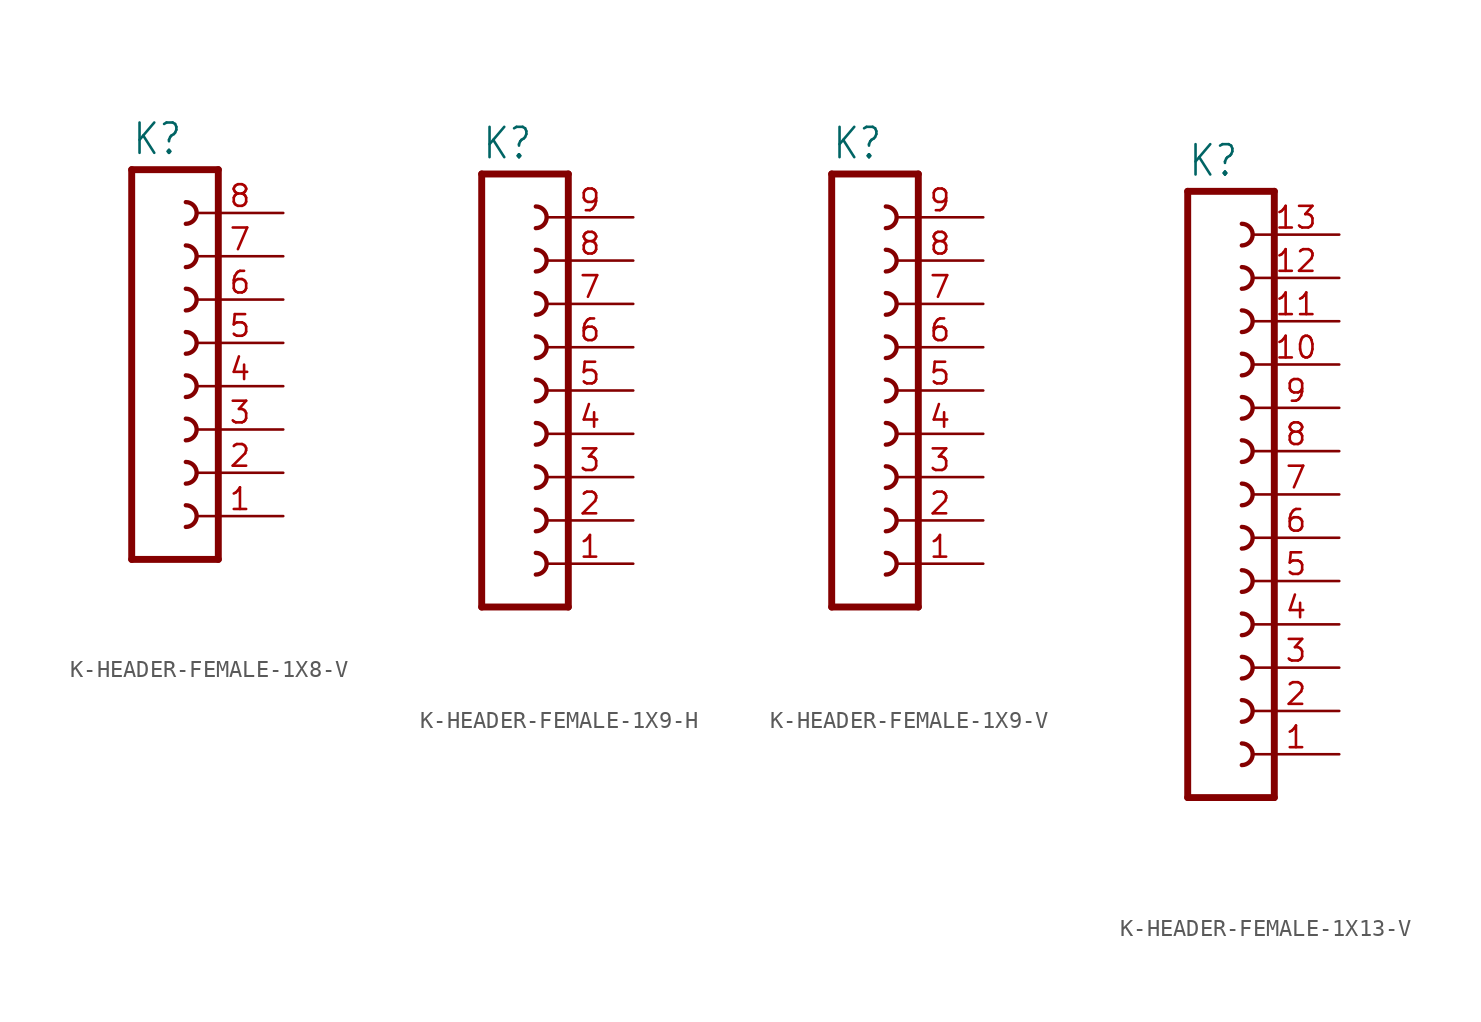
<source format=kicad_sym>
(kicad_symbol_lib
  (version 20231120)
  (generator "kicad_symbol_editor")
  (generator_version "8.0")
  (symbol "K-HEADER-FEMALE-1X8-V"
    (property "Reference" "K"
      (at -1.27 16.002 0)
      (effects (font (size 1.778 1.511)) (justify left bottom)))
    (property "Value" ""
      (at -1.27 -10.16 0)
      (effects (font (size 1.778 1.511)) (justify left bottom)))
    (property "ki_locked" ""
      (at 0 0 0)
      (effects (font (size 1.27 1.27))))
    (symbol "K-HEADER-FEMALE-1X8-V_1_0"
      (polyline (pts (xy -1.27 15.24) (xy -1.27 -7.62)) (stroke (width 0.406) (type solid)) (fill (type none)))
      (polyline (pts (xy -1.27 15.24) (xy 3.81 15.24)) (stroke (width 0.406) (type solid)) (fill (type none)))
      (polyline (pts (xy 3.81 -7.62) (xy -1.27 -7.62)) (stroke (width 0.406) (type solid)) (fill (type none)))
      (polyline (pts (xy 3.81 -7.62) (xy 3.81 15.24)) (stroke (width 0.406) (type solid)) (fill (type none)))
      (arc (start 1.905 -5.715) (mid 2.54 -5.08) (end 1.905 -4.445) (stroke (width 0.254) (type solid)) (fill (type none)))
      (arc (start 1.905 -3.175) (mid 2.54 -2.54) (end 1.905 -1.905) (stroke (width 0.254) (type solid)) (fill (type none)))
      (arc (start 1.905 -0.635) (mid 2.54 0) (end 1.905 0.635) (stroke (width 0.254) (type solid)) (fill (type none)))
      (arc (start 1.905 1.905) (mid 2.54 2.54) (end 1.905 3.175) (stroke (width 0.254) (type solid)) (fill (type none)))
      (arc (start 1.905 4.445) (mid 2.54 5.08) (end 1.905 5.715) (stroke (width 0.254) (type solid)) (fill (type none)))
      (arc (start 1.905 6.985) (mid 2.54 7.62) (end 1.905 8.255) (stroke (width 0.254) (type solid)) (fill (type none)))
      (arc (start 1.905 9.525) (mid 2.54 10.16) (end 1.905 10.795) (stroke (width 0.254) (type solid)) (fill (type none)))
      (arc (start 1.905 12.065) (mid 2.54 12.7) (end 1.905 13.335) (stroke (width 0.254) (type solid)) (fill (type none)))
      (pin passive line (at 7.62 -5.08 180) (length 5.08) (name "1" (effects (font (size 0 0)))) (number "1" (effects (font (size 1.27 1.27)))))
      (pin passive line (at 7.62 -2.54 180) (length 5.08) (name "2" (effects (font (size 0 0)))) (number "2" (effects (font (size 1.27 1.27)))))
      (pin passive line (at 7.62 0 180) (length 5.08) (name "3" (effects (font (size 0 0)))) (number "3" (effects (font (size 1.27 1.27)))))
      (pin passive line (at 7.62 2.54 180) (length 5.08) (name "4" (effects (font (size 0 0)))) (number "4" (effects (font (size 1.27 1.27)))))
      (pin passive line (at 7.62 5.08 180) (length 5.08) (name "5" (effects (font (size 0 0)))) (number "5" (effects (font (size 1.27 1.27)))))
      (pin passive line (at 7.62 7.62 180) (length 5.08) (name "6" (effects (font (size 0 0)))) (number "6" (effects (font (size 1.27 1.27)))))
      (pin passive line (at 7.62 10.16 180) (length 5.08) (name "7" (effects (font (size 0 0)))) (number "7" (effects (font (size 1.27 1.27)))))
      (pin passive line (at 7.62 12.7 180) (length 5.08) (name "8" (effects (font (size 0 0)))) (number "8" (effects (font (size 1.27 1.27)))))))
  (symbol "K-HEADER-FEMALE-1X9-H"
    (property "Reference" "K"
      (at -1.27 18.542 0)
      (effects (font (size 1.778 1.511)) (justify left bottom)))
    (property "Value" ""
      (at -1.27 -10.16 0)
      (effects (font (size 1.778 1.511)) (justify left bottom)))
    (property "ki_locked" ""
      (at 0 0 0)
      (effects (font (size 1.27 1.27))))
    (symbol "K-HEADER-FEMALE-1X9-H_1_0"
      (polyline (pts (xy -1.27 17.78) (xy -1.27 -7.62)) (stroke (width 0.406) (type solid)) (fill (type none)))
      (polyline (pts (xy -1.27 17.78) (xy 3.81 17.78)) (stroke (width 0.406) (type solid)) (fill (type none)))
      (polyline (pts (xy 3.81 -7.62) (xy -1.27 -7.62)) (stroke (width 0.406) (type solid)) (fill (type none)))
      (polyline (pts (xy 3.81 -7.62) (xy 3.81 17.78)) (stroke (width 0.406) (type solid)) (fill (type none)))
      (arc (start 1.905 -5.715) (mid 2.54 -5.08) (end 1.905 -4.445) (stroke (width 0.254) (type solid)) (fill (type none)))
      (arc (start 1.905 -3.175) (mid 2.54 -2.54) (end 1.905 -1.905) (stroke (width 0.254) (type solid)) (fill (type none)))
      (arc (start 1.905 -0.635) (mid 2.54 0) (end 1.905 0.635) (stroke (width 0.254) (type solid)) (fill (type none)))
      (arc (start 1.905 1.905) (mid 2.54 2.54) (end 1.905 3.175) (stroke (width 0.254) (type solid)) (fill (type none)))
      (arc (start 1.905 4.445) (mid 2.54 5.08) (end 1.905 5.715) (stroke (width 0.254) (type solid)) (fill (type none)))
      (arc (start 1.905 6.985) (mid 2.54 7.62) (end 1.905 8.255) (stroke (width 0.254) (type solid)) (fill (type none)))
      (arc (start 1.905 9.525) (mid 2.54 10.16) (end 1.905 10.795) (stroke (width 0.254) (type solid)) (fill (type none)))
      (arc (start 1.905 12.065) (mid 2.54 12.7) (end 1.905 13.335) (stroke (width 0.254) (type solid)) (fill (type none)))
      (arc (start 1.905 14.605) (mid 2.54 15.24) (end 1.905 15.875) (stroke (width 0.254) (type solid)) (fill (type none)))
      (pin passive line (at 7.62 -5.08 180) (length 5.08) (name "1" (effects (font (size 0 0)))) (number "1" (effects (font (size 1.27 1.27)))))
      (pin passive line (at 7.62 -2.54 180) (length 5.08) (name "2" (effects (font (size 0 0)))) (number "2" (effects (font (size 1.27 1.27)))))
      (pin passive line (at 7.62 0 180) (length 5.08) (name "3" (effects (font (size 0 0)))) (number "3" (effects (font (size 1.27 1.27)))))
      (pin passive line (at 7.62 2.54 180) (length 5.08) (name "4" (effects (font (size 0 0)))) (number "4" (effects (font (size 1.27 1.27)))))
      (pin passive line (at 7.62 5.08 180) (length 5.08) (name "5" (effects (font (size 0 0)))) (number "5" (effects (font (size 1.27 1.27)))))
      (pin passive line (at 7.62 7.62 180) (length 5.08) (name "6" (effects (font (size 0 0)))) (number "6" (effects (font (size 1.27 1.27)))))
      (pin passive line (at 7.62 10.16 180) (length 5.08) (name "7" (effects (font (size 0 0)))) (number "7" (effects (font (size 1.27 1.27)))))
      (pin passive line (at 7.62 12.7 180) (length 5.08) (name "8" (effects (font (size 0 0)))) (number "8" (effects (font (size 1.27 1.27)))))
      (pin passive line (at 7.62 15.24 180) (length 5.08) (name "9" (effects (font (size 0 0)))) (number "9" (effects (font (size 1.27 1.27)))))))
  (symbol "K-HEADER-FEMALE-1X9-V"
    (property "Reference" "K"
      (at -1.27 18.542 0)
      (effects (font (size 1.778 1.511)) (justify left bottom)))
    (property "Value" ""
      (at -1.27 -10.16 0)
      (effects (font (size 1.778 1.511)) (justify left bottom)))
    (property "ki_locked" ""
      (at 0 0 0)
      (effects (font (size 1.27 1.27))))
    (symbol "K-HEADER-FEMALE-1X9-V_1_0"
      (polyline (pts (xy -1.27 17.78) (xy -1.27 -7.62)) (stroke (width 0.406) (type solid)) (fill (type none)))
      (polyline (pts (xy -1.27 17.78) (xy 3.81 17.78)) (stroke (width 0.406) (type solid)) (fill (type none)))
      (polyline (pts (xy 3.81 -7.62) (xy -1.27 -7.62)) (stroke (width 0.406) (type solid)) (fill (type none)))
      (polyline (pts (xy 3.81 -7.62) (xy 3.81 17.78)) (stroke (width 0.406) (type solid)) (fill (type none)))
      (arc (start 1.905 -5.715) (mid 2.54 -5.08) (end 1.905 -4.445) (stroke (width 0.254) (type solid)) (fill (type none)))
      (arc (start 1.905 -3.175) (mid 2.54 -2.54) (end 1.905 -1.905) (stroke (width 0.254) (type solid)) (fill (type none)))
      (arc (start 1.905 -0.635) (mid 2.54 0) (end 1.905 0.635) (stroke (width 0.254) (type solid)) (fill (type none)))
      (arc (start 1.905 1.905) (mid 2.54 2.54) (end 1.905 3.175) (stroke (width 0.254) (type solid)) (fill (type none)))
      (arc (start 1.905 4.445) (mid 2.54 5.08) (end 1.905 5.715) (stroke (width 0.254) (type solid)) (fill (type none)))
      (arc (start 1.905 6.985) (mid 2.54 7.62) (end 1.905 8.255) (stroke (width 0.254) (type solid)) (fill (type none)))
      (arc (start 1.905 9.525) (mid 2.54 10.16) (end 1.905 10.795) (stroke (width 0.254) (type solid)) (fill (type none)))
      (arc (start 1.905 12.065) (mid 2.54 12.7) (end 1.905 13.335) (stroke (width 0.254) (type solid)) (fill (type none)))
      (arc (start 1.905 14.605) (mid 2.54 15.24) (end 1.905 15.875) (stroke (width 0.254) (type solid)) (fill (type none)))
      (pin passive line (at 7.62 -5.08 180) (length 5.08) (name "1" (effects (font (size 0 0)))) (number "1" (effects (font (size 1.27 1.27)))))
      (pin passive line (at 7.62 -2.54 180) (length 5.08) (name "2" (effects (font (size 0 0)))) (number "2" (effects (font (size 1.27 1.27)))))
      (pin passive line (at 7.62 0 180) (length 5.08) (name "3" (effects (font (size 0 0)))) (number "3" (effects (font (size 1.27 1.27)))))
      (pin passive line (at 7.62 2.54 180) (length 5.08) (name "4" (effects (font (size 0 0)))) (number "4" (effects (font (size 1.27 1.27)))))
      (pin passive line (at 7.62 5.08 180) (length 5.08) (name "5" (effects (font (size 0 0)))) (number "5" (effects (font (size 1.27 1.27)))))
      (pin passive line (at 7.62 7.62 180) (length 5.08) (name "6" (effects (font (size 0 0)))) (number "6" (effects (font (size 1.27 1.27)))))
      (pin passive line (at 7.62 10.16 180) (length 5.08) (name "7" (effects (font (size 0 0)))) (number "7" (effects (font (size 1.27 1.27)))))
      (pin passive line (at 7.62 12.7 180) (length 5.08) (name "8" (effects (font (size 0 0)))) (number "8" (effects (font (size 1.27 1.27)))))
      (pin passive line (at 7.62 15.24 180) (length 5.08) (name "9" (effects (font (size 0 0)))) (number "9" (effects (font (size 1.27 1.27)))))))
  (symbol "K-HEADER-FEMALE-1X13-V"
    (property "Reference" "K"
      (at -1.27 28.702 0)
      (effects (font (size 1.778 1.511)) (justify left bottom)))
    (property "Value" ""
      (at -1.27 -10.16 0)
      (effects (font (size 1.778 1.511)) (justify left bottom)))
    (property "ki_locked" ""
      (at 0 0 0)
      (effects (font (size 1.27 1.27))))
    (symbol "K-HEADER-FEMALE-1X13-V_1_0"
      (polyline (pts (xy -1.27 27.94) (xy -1.27 -7.62)) (stroke (width 0.406) (type solid)) (fill (type none)))
      (polyline (pts (xy -1.27 27.94) (xy 3.81 27.94)) (stroke (width 0.406) (type solid)) (fill (type none)))
      (polyline (pts (xy 3.81 -7.62) (xy -1.27 -7.62)) (stroke (width 0.406) (type solid)) (fill (type none)))
      (polyline (pts (xy 3.81 -7.62) (xy 3.81 27.94)) (stroke (width 0.406) (type solid)) (fill (type none)))
      (arc (start 1.905 -5.715) (mid 2.54 -5.08) (end 1.905 -4.445) (stroke (width 0.254) (type solid)) (fill (type none)))
      (arc (start 1.905 -3.175) (mid 2.54 -2.54) (end 1.905 -1.905) (stroke (width 0.254) (type solid)) (fill (type none)))
      (arc (start 1.905 -0.635) (mid 2.54 0) (end 1.905 0.635) (stroke (width 0.254) (type solid)) (fill (type none)))
      (arc (start 1.905 1.905) (mid 2.54 2.54) (end 1.905 3.175) (stroke (width 0.254) (type solid)) (fill (type none)))
      (arc (start 1.905 4.445) (mid 2.54 5.08) (end 1.905 5.715) (stroke (width 0.254) (type solid)) (fill (type none)))
      (arc (start 1.905 6.985) (mid 2.54 7.62) (end 1.905 8.255) (stroke (width 0.254) (type solid)) (fill (type none)))
      (arc (start 1.905 9.525) (mid 2.54 10.16) (end 1.905 10.795) (stroke (width 0.254) (type solid)) (fill (type none)))
      (arc (start 1.905 12.065) (mid 2.54 12.7) (end 1.905 13.335) (stroke (width 0.254) (type solid)) (fill (type none)))
      (arc (start 1.905 14.605) (mid 2.54 15.24) (end 1.905 15.875) (stroke (width 0.254) (type solid)) (fill (type none)))
      (arc (start 1.905 17.145) (mid 2.54 17.78) (end 1.905 18.415) (stroke (width 0.254) (type solid)) (fill (type none)))
      (arc (start 1.905 19.685) (mid 2.54 20.32) (end 1.905 20.955) (stroke (width 0.254) (type solid)) (fill (type none)))
      (arc (start 1.905 22.225) (mid 2.54 22.86) (end 1.905 23.495) (stroke (width 0.254) (type solid)) (fill (type none)))
      (arc (start 1.905 24.765) (mid 2.54 25.4) (end 1.905 26.035) (stroke (width 0.254) (type solid)) (fill (type none)))
      (pin passive line (at 7.62 -5.08 180) (length 5.08) (name "1" (effects (font (size 0 0)))) (number "1" (effects (font (size 1.27 1.27)))))
      (pin passive line (at 7.62 17.78 180) (length 5.08) (name "10" (effects (font (size 0 0)))) (number "10" (effects (font (size 1.27 1.27)))))
      (pin passive line (at 7.62 20.32 180) (length 5.08) (name "11" (effects (font (size 0 0)))) (number "11" (effects (font (size 1.27 1.27)))))
      (pin passive line (at 7.62 22.86 180) (length 5.08) (name "12" (effects (font (size 0 0)))) (number "12" (effects (font (size 1.27 1.27)))))
      (pin passive line (at 7.62 25.4 180) (length 5.08) (name "13" (effects (font (size 0 0)))) (number "13" (effects (font (size 1.27 1.27)))))
      (pin passive line (at 7.62 -2.54 180) (length 5.08) (name "2" (effects (font (size 0 0)))) (number "2" (effects (font (size 1.27 1.27)))))
      (pin passive line (at 7.62 0 180) (length 5.08) (name "3" (effects (font (size 0 0)))) (number "3" (effects (font (size 1.27 1.27)))))
      (pin passive line (at 7.62 2.54 180) (length 5.08) (name "4" (effects (font (size 0 0)))) (number "4" (effects (font (size 1.27 1.27)))))
      (pin passive line (at 7.62 5.08 180) (length 5.08) (name "5" (effects (font (size 0 0)))) (number "5" (effects (font (size 1.27 1.27)))))
      (pin passive line (at 7.62 7.62 180) (length 5.08) (name "6" (effects (font (size 0 0)))) (number "6" (effects (font (size 1.27 1.27)))))
      (pin passive line (at 7.62 10.16 180) (length 5.08) (name "7" (effects (font (size 0 0)))) (number "7" (effects (font (size 1.27 1.27)))))
      (pin passive line (at 7.62 12.7 180) (length 5.08) (name "8" (effects (font (size 0 0)))) (number "8" (effects (font (size 1.27 1.27)))))
      (pin passive line (at 7.62 15.24 180) (length 5.08) (name "9" (effects (font (size 0 0)))) (number "9" (effects (font (size 1.27 1.27))))))))
</source>
